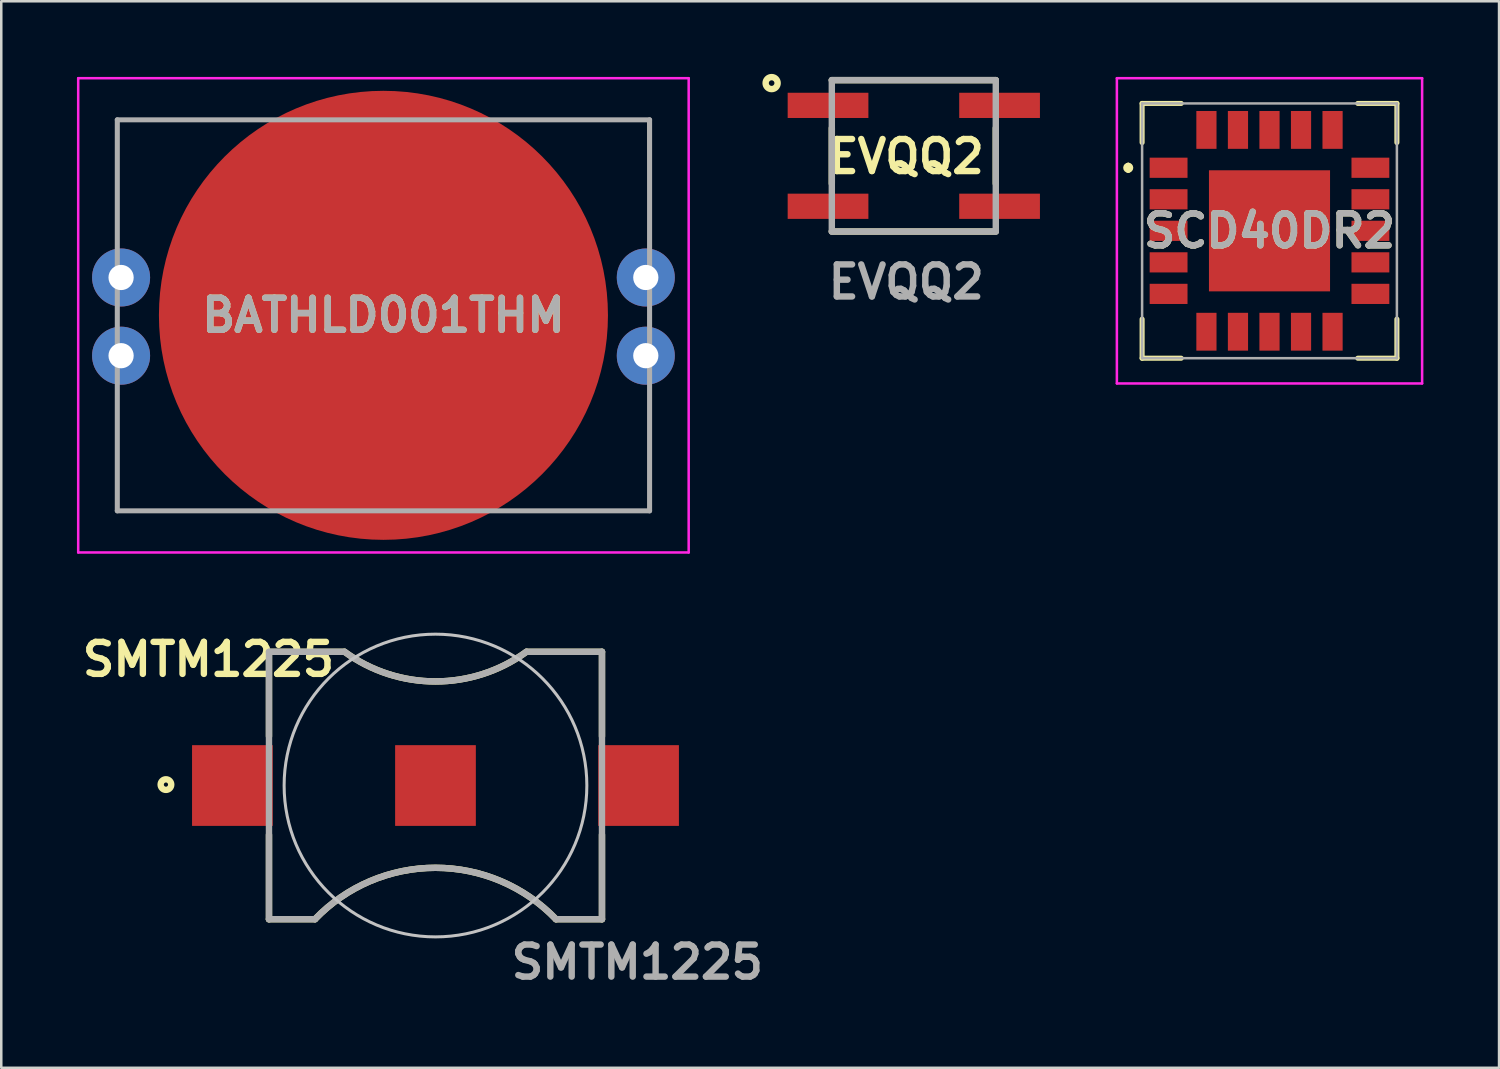
<source format=kicad_pcb>
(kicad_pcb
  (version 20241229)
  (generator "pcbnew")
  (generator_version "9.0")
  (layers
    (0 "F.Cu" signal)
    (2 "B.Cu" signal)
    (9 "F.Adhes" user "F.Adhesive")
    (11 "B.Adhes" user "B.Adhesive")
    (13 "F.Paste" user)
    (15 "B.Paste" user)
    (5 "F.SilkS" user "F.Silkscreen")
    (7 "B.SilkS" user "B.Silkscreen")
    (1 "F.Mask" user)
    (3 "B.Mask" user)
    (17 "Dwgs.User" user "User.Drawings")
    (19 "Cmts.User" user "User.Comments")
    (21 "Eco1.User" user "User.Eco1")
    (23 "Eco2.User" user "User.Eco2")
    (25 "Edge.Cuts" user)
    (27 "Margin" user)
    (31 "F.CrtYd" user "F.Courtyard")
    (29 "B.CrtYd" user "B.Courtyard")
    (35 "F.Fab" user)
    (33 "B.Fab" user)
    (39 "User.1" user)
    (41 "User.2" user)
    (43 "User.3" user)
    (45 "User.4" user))
  (footprint "EVQQ2"
    (layer "F.Cu")
    (at 33.174 3.127)
    (property "Reference" "EVQQ2" (at -0.3 0.029 0) (layer "F.SilkS") (effects (font (size 1.27 1.27) (thickness 0.254))))
    (attr smd)
    (fp_line (start -3.25 -3) (end 3.25 -3) (stroke (width 0.254) (type solid)) (layer "F.SilkS"))
    (fp_line (start -3.25 -1.1) (end -3.25 1.1) (stroke (width 0.254) (type solid)) (layer "F.SilkS"))
    (fp_line (start -3.25 3) (end 3.25 3) (stroke (width 0.254) (type solid)) (layer "F.SilkS"))
    (fp_line (start 3.25 -1.1) (end 3.25 1.1) (stroke (width 0.254) (type solid)) (layer "F.SilkS"))
    (fp_circle (center -5.636 -2.883) (end -5.636 -2.772) (stroke (width 0.254) (type solid)) (fill no) (layer "F.SilkS"))
    (fp_line (start -3.25 -3) (end 3.25 -3) (stroke (width 0.254) (type solid)) (layer "F.Fab"))
    (fp_line (start -3.25 3) (end -3.25 -3) (stroke (width 0.254) (type solid)) (layer "F.Fab"))
    (fp_line (start 3.25 -3) (end 3.25 3) (stroke (width 0.254) (type solid)) (layer "F.Fab"))
    (fp_line (start 3.25 3) (end -3.25 3) (stroke (width 0.254) (type solid)) (layer "F.Fab"))
    (fp_text user "${REFERENCE}" (at -0.3 5 0) (layer "F.Fab") (effects (font (size 1.27 1.27) (thickness 0.254))))
    (pad "1" smd rect (at -3.4 -2 90) (size 1 3.2) (layers "F.Cu" "F.Mask" "F.Paste"))
    (pad "1" smd rect (at 3.4 -2 90) (size 1 3.2) (layers "F.Cu" "F.Mask" "F.Paste"))
    (pad "2" smd rect (at -3.4 2 90) (size 1 3.2) (layers "F.Cu" "F.Mask" "F.Paste"))
    (pad "2" smd rect (at 3.4 2 90) (size 1 3.2) (layers "F.Cu" "F.Mask" "F.Paste")))
  (footprint "BATHLD001THM"
    (layer "F.Cu")
    (at 12.15 9.45)
    (property "Reference" "BATHLD001THM" (at 0 0 0) (layer "F.SilkS") (effects (font (size 1.27 1.27) (thickness 0.254))))
    (attr through_hole)
    (fp_line (start -10.55 -7.75) (end -10.55 -3.5) (stroke (width 0.1) (type solid)) (layer "F.SilkS"))
    (fp_line (start -10.55 3.5) (end -10.55 7.75) (stroke (width 0.1) (type solid)) (layer "F.SilkS"))
    (fp_line (start -10.55 7.75) (end -5.5 7.75) (stroke (width 0.1) (type solid)) (layer "F.SilkS"))
    (fp_line (start -5 -7.75) (end -10.55 -7.75) (stroke (width 0.1) (type solid)) (layer "F.SilkS"))
    (fp_line (start 5 -7.75) (end 10.505 -7.75) (stroke (width 0.1) (type solid)) (layer "F.SilkS"))
    (fp_line (start 10.505 -7.75) (end 10.55 -3.5) (stroke (width 0.1) (type solid)) (layer "F.SilkS"))
    (fp_line (start 10.55 3.5) (end 10.55 7.75) (stroke (width 0.1) (type solid)) (layer "F.SilkS"))
    (fp_line (start 10.55 7.75) (end 5.5 7.75) (stroke (width 0.1) (type solid)) (layer "F.SilkS"))
    (fp_line (start -12.1 -9.4) (end 12.1 -9.4) (stroke (width 0.1) (type solid)) (layer "F.CrtYd"))
    (fp_line (start -12.1 9.4) (end -12.1 -9.4) (stroke (width 0.1) (type solid)) (layer "F.CrtYd"))
    (fp_line (start 12.1 -9.4) (end 12.1 9.4) (stroke (width 0.1) (type solid)) (layer "F.CrtYd"))
    (fp_line (start 12.1 9.4) (end -12.1 9.4) (stroke (width 0.1) (type solid)) (layer "F.CrtYd"))
    (fp_line (start -10.55 -7.75) (end 10.55 -7.75) (stroke (width 0.2) (type solid)) (layer "F.Fab"))
    (fp_line (start -10.55 7.75) (end -10.55 -7.75) (stroke (width 0.2) (type solid)) (layer "F.Fab"))
    (fp_line (start 10.55 -7.75) (end 10.55 7.75) (stroke (width 0.2) (type solid)) (layer "F.Fab"))
    (fp_line (start 10.55 7.75) (end -10.55 7.75) (stroke (width 0.2) (type solid)) (layer "F.Fab"))
    (fp_text user "${REFERENCE}" (at 0 0 0) (layer "F.Fab") (effects (font (size 1.27 1.27) (thickness 0.254))))
    (pad "1" thru_hole circle (at -10.4 -1.5) (size 2.3 2.3) (drill 1) (layers "*.Cu" "*.Mask"))
    (pad "1" thru_hole circle (at -10.4 1.6) (size 2.3 2.3) (drill 1) (layers "*.Cu" "*.Mask"))
    (pad "1" thru_hole circle (at 10.4 -1.5) (size 2.3 2.3) (drill 1) (layers "*.Cu" "*.Mask"))
    (pad "1" thru_hole circle (at 10.4 1.6) (size 2.3 2.3) (drill 1) (layers "*.Cu" "*.Mask"))
    (pad "2" smd circle (at 0 0 90) (size 17.8 17.8) (layers "F.Cu" "F.Mask" "F.Paste")))
  (footprint "SCD40DR2"
    (layer "F.Cu")
    (at 47.274 6.1)
    (property "Reference" "SCD40DR2" (at 0 0 0) (layer "F.SilkS") (effects (font (size 1.27 1.27) (thickness 0.254))))
    (attr smd)
    (fp_line (start -5.6 -2.6) (end -5.6 -2.6) (stroke (width 0.2) (type solid)) (layer "F.SilkS"))
    (fp_line (start -5.6 -2.4) (end -5.6 -2.4) (stroke (width 0.2) (type solid)) (layer "F.SilkS"))
    (fp_line (start -5.05 -5.05) (end -5.05 -3.5) (stroke (width 0.2) (type solid)) (layer "F.SilkS"))
    (fp_line (start -5.05 5.05) (end -5.05 3.5) (stroke (width 0.2) (type solid)) (layer "F.SilkS"))
    (fp_line (start -3.5 -5.05) (end -5.05 -5.05) (stroke (width 0.2) (type solid)) (layer "F.SilkS"))
    (fp_line (start -3.5 5.05) (end -5.05 5.05) (stroke (width 0.2) (type solid)) (layer "F.SilkS"))
    (fp_line (start 3.5 -5.05) (end 5.05 -5.05) (stroke (width 0.2) (type solid)) (layer "F.SilkS"))
    (fp_line (start 3.5 5.05) (end 5.05 5.05) (stroke (width 0.2) (type solid)) (layer "F.SilkS"))
    (fp_line (start 5.05 -5.05) (end 5.05 -3.5) (stroke (width 0.2) (type solid)) (layer "F.SilkS"))
    (fp_line (start 5.05 5.05) (end 5.05 3.5) (stroke (width 0.2) (type solid)) (layer "F.SilkS"))
    (fp_arc (start -5.6 -2.6) (mid -5.5 -2.5) (end -5.6 -2.4) (stroke (width 0.2) (type solid)) (layer "F.SilkS"))
    (fp_arc (start -5.6 -2.4) (mid -5.7 -2.5) (end -5.6 -2.6) (stroke (width 0.2) (type solid)) (layer "F.SilkS"))
    (fp_line (start -6.05 -6.05) (end 6.05 -6.05) (stroke (width 0.1) (type solid)) (layer "F.CrtYd"))
    (fp_line (start -6.05 6.05) (end -6.05 -6.05) (stroke (width 0.1) (type solid)) (layer "F.CrtYd"))
    (fp_line (start 6.05 -6.05) (end 6.05 6.05) (stroke (width 0.1) (type solid)) (layer "F.CrtYd"))
    (fp_line (start 6.05 6.05) (end -6.05 6.05) (stroke (width 0.1) (type solid)) (layer "F.CrtYd"))
    (fp_line (start -5.05 -5.05) (end 5.05 -5.05) (stroke (width 0.1) (type solid)) (layer "F.Fab"))
    (fp_line (start -5.05 5.05) (end -5.05 -5.05) (stroke (width 0.1) (type solid)) (layer "F.Fab"))
    (fp_line (start 5.05 -5.05) (end 5.05 5.05) (stroke (width 0.1) (type solid)) (layer "F.Fab"))
    (fp_line (start 5.05 5.05) (end -5.05 5.05) (stroke (width 0.1) (type solid)) (layer "F.Fab"))
    (fp_text user "${REFERENCE}" (at 0 0 0) (layer "F.Fab") (effects (font (size 1.27 1.27) (thickness 0.254))))
    (pad "1" smd rect (at -4 -2.5 90) (size 0.8 1.5) (layers "F.Cu" "F.Mask" "F.Paste"))
    (pad "2" smd rect (at -4 -1.25 90) (size 0.8 1.5) (layers "F.Cu" "F.Mask" "F.Paste"))
    (pad "3" smd rect (at -4 0 90) (size 0.8 1.5) (layers "F.Cu" "F.Mask" "F.Paste"))
    (pad "4" smd rect (at -4 1.25 90) (size 0.8 1.5) (layers "F.Cu" "F.Mask" "F.Paste"))
    (pad "5" smd rect (at -4 2.5 90) (size 0.8 1.5) (layers "F.Cu" "F.Mask" "F.Paste"))
    (pad "6" smd rect (at -2.5 4) (size 0.8 1.5) (layers "F.Cu" "F.Mask" "F.Paste"))
    (pad "7" smd rect (at -1.25 4) (size 0.8 1.5) (layers "F.Cu" "F.Mask" "F.Paste"))
    (pad "8" smd rect (at 0 4) (size 0.8 1.5) (layers "F.Cu" "F.Mask" "F.Paste"))
    (pad "9" smd rect (at 1.25 4) (size 0.8 1.5) (layers "F.Cu" "F.Mask" "F.Paste"))
    (pad "10" smd rect (at 2.5 4) (size 0.8 1.5) (layers "F.Cu" "F.Mask" "F.Paste"))
    (pad "11" smd rect (at 4 2.5 90) (size 0.8 1.5) (layers "F.Cu" "F.Mask" "F.Paste"))
    (pad "12" smd rect (at 4 1.25 90) (size 0.8 1.5) (layers "F.Cu" "F.Mask" "F.Paste"))
    (pad "13" smd rect (at 4 0 90) (size 0.8 1.5) (layers "F.Cu" "F.Mask" "F.Paste"))
    (pad "14" smd rect (at 4 -1.25 90) (size 0.8 1.5) (layers "F.Cu" "F.Mask" "F.Paste"))
    (pad "15" smd rect (at 4 -2.5 90) (size 0.8 1.5) (layers "F.Cu" "F.Mask" "F.Paste"))
    (pad "16" smd rect (at 2.5 -4) (size 0.8 1.5) (layers "F.Cu" "F.Mask" "F.Paste"))
    (pad "17" smd rect (at 1.25 -4) (size 0.8 1.5) (layers "F.Cu" "F.Mask" "F.Paste"))
    (pad "18" smd rect (at 0 -4) (size 0.8 1.5) (layers "F.Cu" "F.Mask" "F.Paste"))
    (pad "19" smd rect (at -1.25 -4) (size 0.8 1.5) (layers "F.Cu" "F.Mask" "F.Paste"))
    (pad "20" smd rect (at -2.5 -4) (size 0.8 1.5) (layers "F.Cu" "F.Mask" "F.Paste"))
    (pad "21" smd rect (at 0 0) (size 4.8 4.8) (layers "F.Cu" "F.Mask" "F.Paste")))
  (footprint "SMTM1225"
    (layer "F.Cu")
    (at 14.213 28.089)
    (property "Reference" "SMTM1225" (at -9 -5 0) (layer "F.SilkS") (effects (font (size 1.27 1.27) (thickness 0.254))))
    (attr smd)
    (fp_line (start -6.6 -5.3) (end -6.6 -1.95) (stroke (width 0.254) (type solid)) (layer "F.SilkS"))
    (fp_line (start -6.6 5.3) (end -6.6 1.95) (stroke (width 0.254) (type solid)) (layer "F.SilkS"))
    (fp_line (start -6.6 5.3) (end -4.778 5.3) (stroke (width 0.254) (type solid)) (layer "F.SilkS"))
    (fp_line (start -3.603 -5.3) (end -6.6 -5.3) (stroke (width 0.254) (type solid)) (layer "F.SilkS"))
    (fp_line (start 4.778 5.3) (end 6.6 5.3) (stroke (width 0.254) (type solid)) (layer "F.SilkS"))
    (fp_line (start 6.6 -5.3) (end 3.603 -5.3) (stroke (width 0.254) (type solid)) (layer "F.SilkS"))
    (fp_line (start 6.6 -5.3) (end 6.6 -1.95) (stroke (width 0.254) (type solid)) (layer "F.SilkS"))
    (fp_line (start 6.6 5.3) (end 6.6 1.95) (stroke (width 0.254) (type solid)) (layer "F.SilkS"))
    (fp_arc (start -4.774721 5.29658) (mid 0.002369 3.260999) (end 4.778 5.3) (stroke (width 0.254) (type solid)) (layer "F.SilkS"))
    (fp_arc (start 3.603808 -5.300589) (mid 0.0005 -4.126) (end -3.603 -5.3) (stroke (width 0.254) (type solid)) (layer "F.SilkS"))
    (fp_circle (center -10.685 -0.037) (end -10.685 0.046) (stroke (width 0.254) (type solid)) (fill no) (layer "F.SilkS"))
    (fp_circle (center 0 0) (end 6 0) (stroke (width 0.12) (type default)) (fill no) (layer "Dwgs.User"))
    (fp_line (start -6.6 -5.3) (end -6.6 5.3) (stroke (width 0.254) (type solid)) (layer "F.Fab"))
    (fp_line (start -6.6 -5.3) (end -3.603 -5.3) (stroke (width 0.254) (type solid)) (layer "F.Fab"))
    (fp_line (start -6.6 5.3) (end -4.778 5.3) (stroke (width 0.254) (type solid)) (layer "F.Fab"))
    (fp_line (start 6.6 -5.3) (end 3.603 -5.3) (stroke (width 0.254) (type solid)) (layer "F.Fab"))
    (fp_line (start 6.6 -5.3) (end 6.6 5.3) (stroke (width 0.254) (type solid)) (layer "F.Fab"))
    (fp_line (start 6.6 5.3) (end 4.778 5.3) (stroke (width 0.254) (type solid)) (layer "F.Fab"))
    (fp_arc (start -4.778 5.3) (mid -0.000803 3.261668) (end 4.776889 5.298841) (stroke (width 0.254) (type solid)) (layer "F.Fab"))
    (fp_arc (start 3.606141 -5.30229) (mid 0.001944 -4.12647) (end -3.603 -5.3) (stroke (width 0.254) (type solid)) (layer "F.Fab"))
    (fp_text user "${REFERENCE}" (at 8 7 0) (layer "F.Fab") (effects (font (size 1.27 1.27) (thickness 0.254))))
    (pad "1" smd rect (at -8.05 0 90) (size 3.2 3.2) (layers "F.Cu" "F.Mask" "F.Paste"))
    (pad "1" smd rect (at 8.05 0 90) (size 3.2 3.2) (layers "F.Cu" "F.Mask" "F.Paste"))
    (pad "2" smd rect (at 0 0 90) (size 3.2 3.2) (layers "F.Cu" "F.Mask" "F.Paste")))
  (gr_rect
    (start -3 -3)
    (end 56.374 39.277)
    (stroke (width 0.1) (type default))
    (fill no)
    (layer "Edge.Cuts")))
</source>
